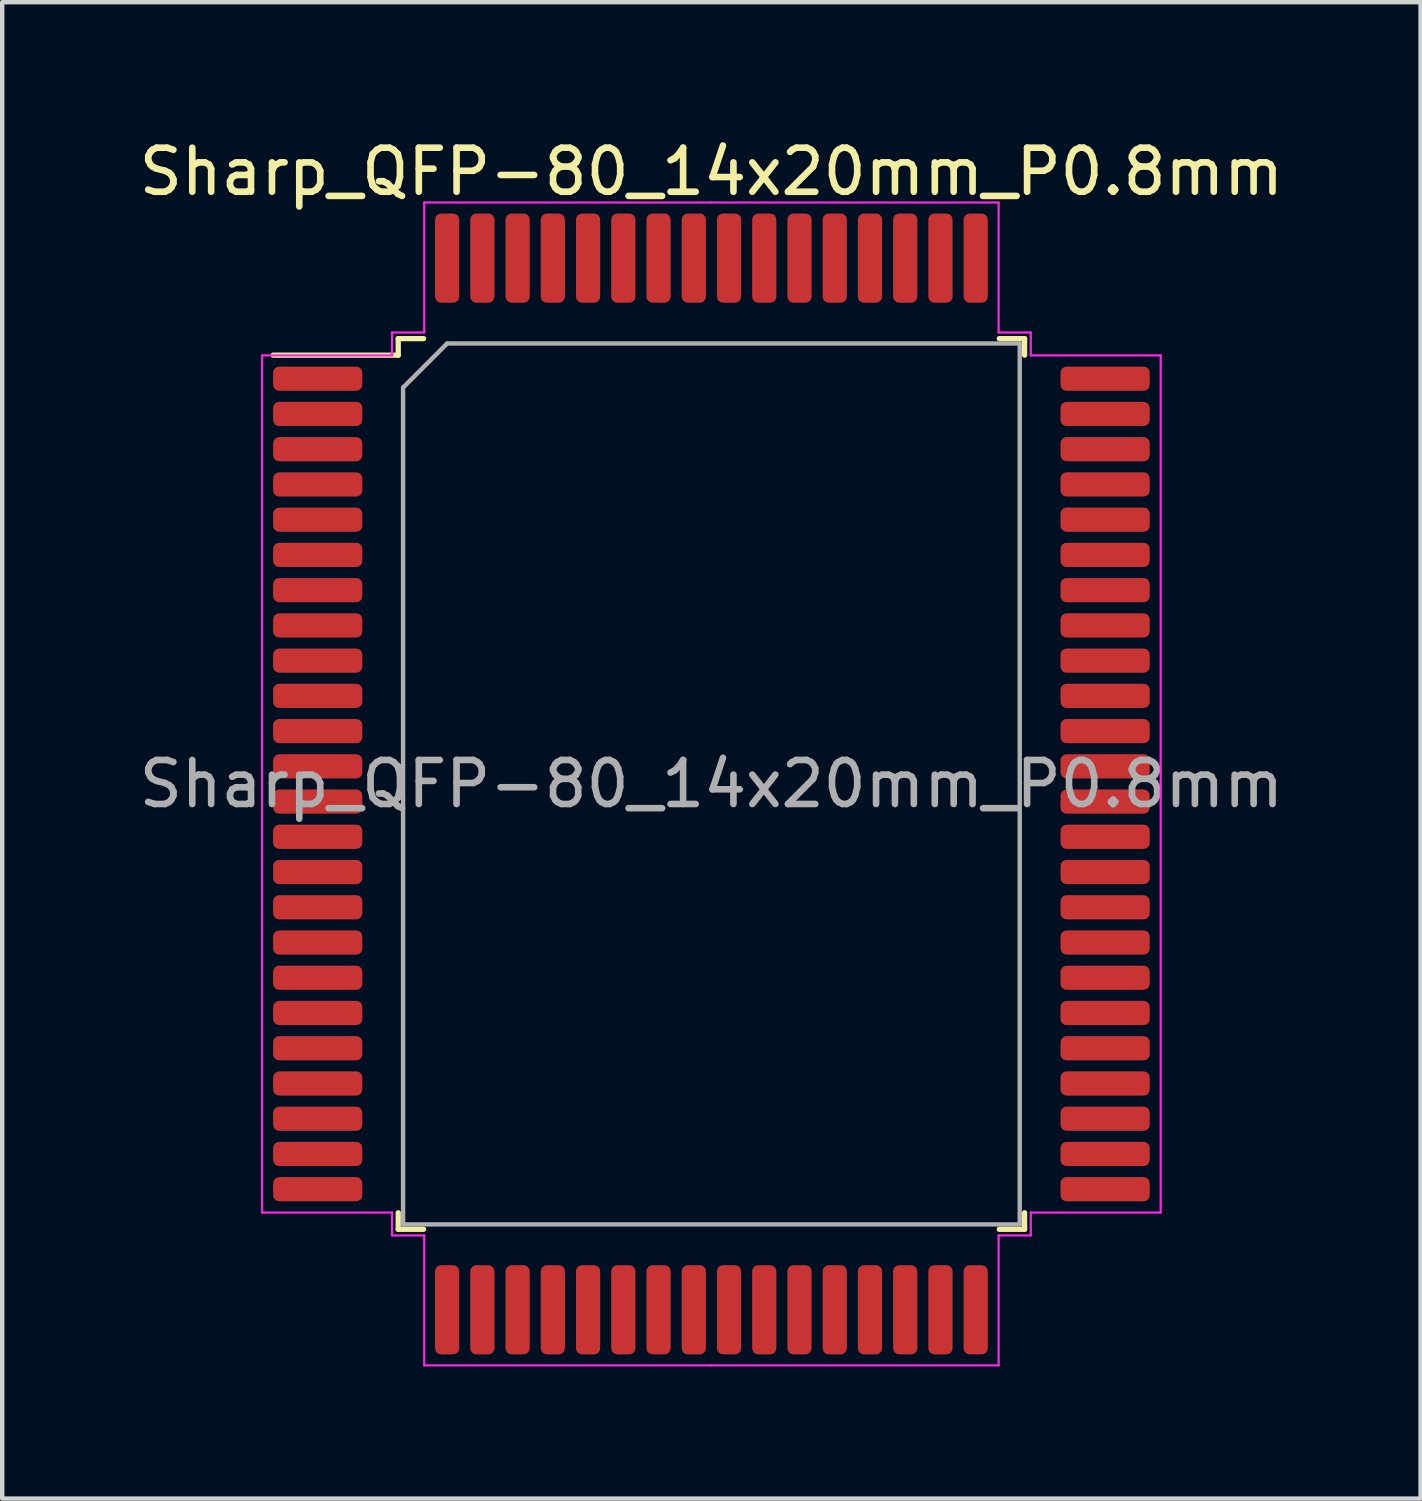
<source format=kicad_pcb>
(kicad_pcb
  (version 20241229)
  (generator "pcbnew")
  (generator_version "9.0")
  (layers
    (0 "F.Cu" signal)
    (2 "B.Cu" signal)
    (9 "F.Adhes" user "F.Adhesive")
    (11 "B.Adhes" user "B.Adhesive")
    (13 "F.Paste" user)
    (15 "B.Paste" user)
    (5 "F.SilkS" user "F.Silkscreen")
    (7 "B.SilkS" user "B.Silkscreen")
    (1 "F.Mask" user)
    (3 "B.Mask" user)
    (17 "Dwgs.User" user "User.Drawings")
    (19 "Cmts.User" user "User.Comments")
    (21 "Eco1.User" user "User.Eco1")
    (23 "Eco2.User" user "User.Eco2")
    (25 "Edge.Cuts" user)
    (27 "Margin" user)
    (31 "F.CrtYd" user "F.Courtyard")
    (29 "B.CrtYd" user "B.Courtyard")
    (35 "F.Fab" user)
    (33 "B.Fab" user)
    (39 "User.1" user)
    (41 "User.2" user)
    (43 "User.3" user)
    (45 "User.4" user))
  (footprint "Sharp_QFP-80_14x20mm_P0.8mm"
    (layer "F.Cu")
    (at 13.101 14.748)
    (property "Reference" "Sharp_QFP-80_14x20mm_P0.8mm" (at 0 -13.9 0) (layer "F.SilkS") (effects (font (size 1 1) (thickness 0.15))))
    (attr smd)
    (fp_line (start -7.11 -10.11) (end -7.11 -9.735) (stroke (width 0.12) (type solid)) (layer "F.SilkS"))
    (fp_line (start -7.11 -9.735) (end -9.95 -9.735) (stroke (width 0.12) (type solid)) (layer "F.SilkS"))
    (fp_line (start -7.11 10.11) (end -7.11 9.735) (stroke (width 0.12) (type solid)) (layer "F.SilkS"))
    (fp_line (start -6.535 -10.11) (end -7.11 -10.11) (stroke (width 0.12) (type solid)) (layer "F.SilkS"))
    (fp_line (start -6.535 10.11) (end -7.11 10.11) (stroke (width 0.12) (type solid)) (layer "F.SilkS"))
    (fp_line (start 6.535 -10.11) (end 7.11 -10.11) (stroke (width 0.12) (type solid)) (layer "F.SilkS"))
    (fp_line (start 6.535 10.11) (end 7.11 10.11) (stroke (width 0.12) (type solid)) (layer "F.SilkS"))
    (fp_line (start 7.11 -10.11) (end 7.11 -9.735) (stroke (width 0.12) (type solid)) (layer "F.SilkS"))
    (fp_line (start 7.11 10.11) (end 7.11 9.735) (stroke (width 0.12) (type solid)) (layer "F.SilkS"))
    (fp_line (start -10.2 -9.73) (end -10.2 0) (stroke (width 0.05) (type solid)) (layer "F.CrtYd"))
    (fp_line (start -10.2 9.73) (end -10.2 0) (stroke (width 0.05) (type solid)) (layer "F.CrtYd"))
    (fp_line (start -7.25 -10.25) (end -7.25 -9.73) (stroke (width 0.05) (type solid)) (layer "F.CrtYd"))
    (fp_line (start -7.25 -9.73) (end -10.2 -9.73) (stroke (width 0.05) (type solid)) (layer "F.CrtYd"))
    (fp_line (start -7.25 9.73) (end -10.2 9.73) (stroke (width 0.05) (type solid)) (layer "F.CrtYd"))
    (fp_line (start -7.25 10.25) (end -7.25 9.73) (stroke (width 0.05) (type solid)) (layer "F.CrtYd"))
    (fp_line (start -6.52 -13.2) (end -6.52 -10.25) (stroke (width 0.05) (type solid)) (layer "F.CrtYd"))
    (fp_line (start -6.52 -10.25) (end -7.25 -10.25) (stroke (width 0.05) (type solid)) (layer "F.CrtYd"))
    (fp_line (start -6.52 10.25) (end -7.25 10.25) (stroke (width 0.05) (type solid)) (layer "F.CrtYd"))
    (fp_line (start -6.52 13.2) (end -6.52 10.25) (stroke (width 0.05) (type solid)) (layer "F.CrtYd"))
    (fp_line (start 0 -13.2) (end -6.52 -13.2) (stroke (width 0.05) (type solid)) (layer "F.CrtYd"))
    (fp_line (start 0 -13.2) (end 6.52 -13.2) (stroke (width 0.05) (type solid)) (layer "F.CrtYd"))
    (fp_line (start 0 13.2) (end -6.52 13.2) (stroke (width 0.05) (type solid)) (layer "F.CrtYd"))
    (fp_line (start 0 13.2) (end 6.52 13.2) (stroke (width 0.05) (type solid)) (layer "F.CrtYd"))
    (fp_line (start 6.52 -13.2) (end 6.52 -10.25) (stroke (width 0.05) (type solid)) (layer "F.CrtYd"))
    (fp_line (start 6.52 -10.25) (end 7.25 -10.25) (stroke (width 0.05) (type solid)) (layer "F.CrtYd"))
    (fp_line (start 6.52 10.25) (end 7.25 10.25) (stroke (width 0.05) (type solid)) (layer "F.CrtYd"))
    (fp_line (start 6.52 13.2) (end 6.52 10.25) (stroke (width 0.05) (type solid)) (layer "F.CrtYd"))
    (fp_line (start 7.25 -10.25) (end 7.25 -9.73) (stroke (width 0.05) (type solid)) (layer "F.CrtYd"))
    (fp_line (start 7.25 -9.73) (end 10.2 -9.73) (stroke (width 0.05) (type solid)) (layer "F.CrtYd"))
    (fp_line (start 7.25 9.73) (end 10.2 9.73) (stroke (width 0.05) (type solid)) (layer "F.CrtYd"))
    (fp_line (start 7.25 10.25) (end 7.25 9.73) (stroke (width 0.05) (type solid)) (layer "F.CrtYd"))
    (fp_line (start 10.2 -9.73) (end 10.2 0) (stroke (width 0.05) (type solid)) (layer "F.CrtYd"))
    (fp_line (start 10.2 9.73) (end 10.2 0) (stroke (width 0.05) (type solid)) (layer "F.CrtYd"))
    (fp_line (start -7 -9) (end -6 -10) (stroke (width 0.1) (type solid)) (layer "F.Fab"))
    (fp_line (start -7 10) (end -7 -9) (stroke (width 0.1) (type solid)) (layer "F.Fab"))
    (fp_line (start -6 -10) (end 7 -10) (stroke (width 0.1) (type solid)) (layer "F.Fab"))
    (fp_line (start 7 -10) (end 7 10) (stroke (width 0.1) (type solid)) (layer "F.Fab"))
    (fp_line (start 7 10) (end -7 10) (stroke (width 0.1) (type solid)) (layer "F.Fab"))
    (fp_text user "${REFERENCE}" (at 0 0 0) (layer "F.Fab") (effects (font (size 1 1) (thickness 0.15))))
    (pad "1" smd roundrect (at -8.938 -9.2) (size 2.025 0.55) (layers "F.Cu" "F.Mask" "F.Paste") (roundrect_rratio 0.25))
    (pad "2" smd roundrect (at -8.938 -8.4) (size 2.025 0.55) (layers "F.Cu" "F.Mask" "F.Paste") (roundrect_rratio 0.25))
    (pad "3" smd roundrect (at -8.938 -7.6) (size 2.025 0.55) (layers "F.Cu" "F.Mask" "F.Paste") (roundrect_rratio 0.25))
    (pad "4" smd roundrect (at -8.938 -6.8) (size 2.025 0.55) (layers "F.Cu" "F.Mask" "F.Paste") (roundrect_rratio 0.25))
    (pad "5" smd roundrect (at -8.938 -6) (size 2.025 0.55) (layers "F.Cu" "F.Mask" "F.Paste") (roundrect_rratio 0.25))
    (pad "6" smd roundrect (at -8.938 -5.2) (size 2.025 0.55) (layers "F.Cu" "F.Mask" "F.Paste") (roundrect_rratio 0.25))
    (pad "7" smd roundrect (at -8.938 -4.4) (size 2.025 0.55) (layers "F.Cu" "F.Mask" "F.Paste") (roundrect_rratio 0.25))
    (pad "8" smd roundrect (at -8.938 -3.6) (size 2.025 0.55) (layers "F.Cu" "F.Mask" "F.Paste") (roundrect_rratio 0.25))
    (pad "9" smd roundrect (at -8.938 -2.8) (size 2.025 0.55) (layers "F.Cu" "F.Mask" "F.Paste") (roundrect_rratio 0.25))
    (pad "10" smd roundrect (at -8.938 -2) (size 2.025 0.55) (layers "F.Cu" "F.Mask" "F.Paste") (roundrect_rratio 0.25))
    (pad "11" smd roundrect (at -8.938 -1.2) (size 2.025 0.55) (layers "F.Cu" "F.Mask" "F.Paste") (roundrect_rratio 0.25))
    (pad "12" smd roundrect (at -8.938 -0.4) (size 2.025 0.55) (layers "F.Cu" "F.Mask" "F.Paste") (roundrect_rratio 0.25))
    (pad "13" smd roundrect (at -8.938 0.4) (size 2.025 0.55) (layers "F.Cu" "F.Mask" "F.Paste") (roundrect_rratio 0.25))
    (pad "14" smd roundrect (at -8.938 1.2) (size 2.025 0.55) (layers "F.Cu" "F.Mask" "F.Paste") (roundrect_rratio 0.25))
    (pad "15" smd roundrect (at -8.938 2) (size 2.025 0.55) (layers "F.Cu" "F.Mask" "F.Paste") (roundrect_rratio 0.25))
    (pad "16" smd roundrect (at -8.938 2.8) (size 2.025 0.55) (layers "F.Cu" "F.Mask" "F.Paste") (roundrect_rratio 0.25))
    (pad "17" smd roundrect (at -8.938 3.6) (size 2.025 0.55) (layers "F.Cu" "F.Mask" "F.Paste") (roundrect_rratio 0.25))
    (pad "18" smd roundrect (at -8.938 4.4) (size 2.025 0.55) (layers "F.Cu" "F.Mask" "F.Paste") (roundrect_rratio 0.25))
    (pad "19" smd roundrect (at -8.938 5.2) (size 2.025 0.55) (layers "F.Cu" "F.Mask" "F.Paste") (roundrect_rratio 0.25))
    (pad "20" smd roundrect (at -8.938 6) (size 2.025 0.55) (layers "F.Cu" "F.Mask" "F.Paste") (roundrect_rratio 0.25))
    (pad "21" smd roundrect (at -8.938 6.8) (size 2.025 0.55) (layers "F.Cu" "F.Mask" "F.Paste") (roundrect_rratio 0.25))
    (pad "22" smd roundrect (at -8.938 7.6) (size 2.025 0.55) (layers "F.Cu" "F.Mask" "F.Paste") (roundrect_rratio 0.25))
    (pad "23" smd roundrect (at -8.938 8.4) (size 2.025 0.55) (layers "F.Cu" "F.Mask" "F.Paste") (roundrect_rratio 0.25))
    (pad "24" smd roundrect (at -8.938 9.2) (size 2.025 0.55) (layers "F.Cu" "F.Mask" "F.Paste") (roundrect_rratio 0.25))
    (pad "25" smd roundrect (at -6 11.938) (size 0.55 2.025) (layers "F.Cu" "F.Mask" "F.Paste") (roundrect_rratio 0.25))
    (pad "26" smd roundrect (at -5.2 11.938) (size 0.55 2.025) (layers "F.Cu" "F.Mask" "F.Paste") (roundrect_rratio 0.25))
    (pad "27" smd roundrect (at -4.4 11.938) (size 0.55 2.025) (layers "F.Cu" "F.Mask" "F.Paste") (roundrect_rratio 0.25))
    (pad "28" smd roundrect (at -3.6 11.938) (size 0.55 2.025) (layers "F.Cu" "F.Mask" "F.Paste") (roundrect_rratio 0.25))
    (pad "29" smd roundrect (at -2.8 11.938) (size 0.55 2.025) (layers "F.Cu" "F.Mask" "F.Paste") (roundrect_rratio 0.25))
    (pad "30" smd roundrect (at -2 11.938) (size 0.55 2.025) (layers "F.Cu" "F.Mask" "F.Paste") (roundrect_rratio 0.25))
    (pad "31" smd roundrect (at -1.2 11.938) (size 0.55 2.025) (layers "F.Cu" "F.Mask" "F.Paste") (roundrect_rratio 0.25))
    (pad "32" smd roundrect (at -0.4 11.938) (size 0.55 2.025) (layers "F.Cu" "F.Mask" "F.Paste") (roundrect_rratio 0.25))
    (pad "33" smd roundrect (at 0.4 11.938) (size 0.55 2.025) (layers "F.Cu" "F.Mask" "F.Paste") (roundrect_rratio 0.25))
    (pad "34" smd roundrect (at 1.2 11.938) (size 0.55 2.025) (layers "F.Cu" "F.Mask" "F.Paste") (roundrect_rratio 0.25))
    (pad "35" smd roundrect (at 2 11.938) (size 0.55 2.025) (layers "F.Cu" "F.Mask" "F.Paste") (roundrect_rratio 0.25))
    (pad "36" smd roundrect (at 2.8 11.938) (size 0.55 2.025) (layers "F.Cu" "F.Mask" "F.Paste") (roundrect_rratio 0.25))
    (pad "37" smd roundrect (at 3.6 11.938) (size 0.55 2.025) (layers "F.Cu" "F.Mask" "F.Paste") (roundrect_rratio 0.25))
    (pad "38" smd roundrect (at 4.4 11.938) (size 0.55 2.025) (layers "F.Cu" "F.Mask" "F.Paste") (roundrect_rratio 0.25))
    (pad "39" smd roundrect (at 5.2 11.938) (size 0.55 2.025) (layers "F.Cu" "F.Mask" "F.Paste") (roundrect_rratio 0.25))
    (pad "40" smd roundrect (at 6 11.938) (size 0.55 2.025) (layers "F.Cu" "F.Mask" "F.Paste") (roundrect_rratio 0.25))
    (pad "41" smd roundrect (at 8.938 9.2) (size 2.025 0.55) (layers "F.Cu" "F.Mask" "F.Paste") (roundrect_rratio 0.25))
    (pad "42" smd roundrect (at 8.938 8.4) (size 2.025 0.55) (layers "F.Cu" "F.Mask" "F.Paste") (roundrect_rratio 0.25))
    (pad "43" smd roundrect (at 8.938 7.6) (size 2.025 0.55) (layers "F.Cu" "F.Mask" "F.Paste") (roundrect_rratio 0.25))
    (pad "44" smd roundrect (at 8.938 6.8) (size 2.025 0.55) (layers "F.Cu" "F.Mask" "F.Paste") (roundrect_rratio 0.25))
    (pad "45" smd roundrect (at 8.938 6) (size 2.025 0.55) (layers "F.Cu" "F.Mask" "F.Paste") (roundrect_rratio 0.25))
    (pad "46" smd roundrect (at 8.938 5.2) (size 2.025 0.55) (layers "F.Cu" "F.Mask" "F.Paste") (roundrect_rratio 0.25))
    (pad "47" smd roundrect (at 8.938 4.4) (size 2.025 0.55) (layers "F.Cu" "F.Mask" "F.Paste") (roundrect_rratio 0.25))
    (pad "48" smd roundrect (at 8.938 3.6) (size 2.025 0.55) (layers "F.Cu" "F.Mask" "F.Paste") (roundrect_rratio 0.25))
    (pad "49" smd roundrect (at 8.938 2.8) (size 2.025 0.55) (layers "F.Cu" "F.Mask" "F.Paste") (roundrect_rratio 0.25))
    (pad "50" smd roundrect (at 8.938 2) (size 2.025 0.55) (layers "F.Cu" "F.Mask" "F.Paste") (roundrect_rratio 0.25))
    (pad "51" smd roundrect (at 8.938 1.2) (size 2.025 0.55) (layers "F.Cu" "F.Mask" "F.Paste") (roundrect_rratio 0.25))
    (pad "52" smd roundrect (at 8.938 0.4) (size 2.025 0.55) (layers "F.Cu" "F.Mask" "F.Paste") (roundrect_rratio 0.25))
    (pad "53" smd roundrect (at 8.938 -0.4) (size 2.025 0.55) (layers "F.Cu" "F.Mask" "F.Paste") (roundrect_rratio 0.25))
    (pad "54" smd roundrect (at 8.938 -1.2) (size 2.025 0.55) (layers "F.Cu" "F.Mask" "F.Paste") (roundrect_rratio 0.25))
    (pad "55" smd roundrect (at 8.938 -2) (size 2.025 0.55) (layers "F.Cu" "F.Mask" "F.Paste") (roundrect_rratio 0.25))
    (pad "56" smd roundrect (at 8.938 -2.8) (size 2.025 0.55) (layers "F.Cu" "F.Mask" "F.Paste") (roundrect_rratio 0.25))
    (pad "57" smd roundrect (at 8.938 -3.6) (size 2.025 0.55) (layers "F.Cu" "F.Mask" "F.Paste") (roundrect_rratio 0.25))
    (pad "58" smd roundrect (at 8.938 -4.4) (size 2.025 0.55) (layers "F.Cu" "F.Mask" "F.Paste") (roundrect_rratio 0.25))
    (pad "59" smd roundrect (at 8.938 -5.2) (size 2.025 0.55) (layers "F.Cu" "F.Mask" "F.Paste") (roundrect_rratio 0.25))
    (pad "60" smd roundrect (at 8.938 -6) (size 2.025 0.55) (layers "F.Cu" "F.Mask" "F.Paste") (roundrect_rratio 0.25))
    (pad "61" smd roundrect (at 8.938 -6.8) (size 2.025 0.55) (layers "F.Cu" "F.Mask" "F.Paste") (roundrect_rratio 0.25))
    (pad "62" smd roundrect (at 8.938 -7.6) (size 2.025 0.55) (layers "F.Cu" "F.Mask" "F.Paste") (roundrect_rratio 0.25))
    (pad "63" smd roundrect (at 8.938 -8.4) (size 2.025 0.55) (layers "F.Cu" "F.Mask" "F.Paste") (roundrect_rratio 0.25))
    (pad "64" smd roundrect (at 8.938 -9.2) (size 2.025 0.55) (layers "F.Cu" "F.Mask" "F.Paste") (roundrect_rratio 0.25))
    (pad "65" smd roundrect (at 6 -11.938) (size 0.55 2.025) (layers "F.Cu" "F.Mask" "F.Paste") (roundrect_rratio 0.25))
    (pad "66" smd roundrect (at 5.2 -11.938) (size 0.55 2.025) (layers "F.Cu" "F.Mask" "F.Paste") (roundrect_rratio 0.25))
    (pad "67" smd roundrect (at 4.4 -11.938) (size 0.55 2.025) (layers "F.Cu" "F.Mask" "F.Paste") (roundrect_rratio 0.25))
    (pad "68" smd roundrect (at 3.6 -11.938) (size 0.55 2.025) (layers "F.Cu" "F.Mask" "F.Paste") (roundrect_rratio 0.25))
    (pad "69" smd roundrect (at 2.8 -11.938) (size 0.55 2.025) (layers "F.Cu" "F.Mask" "F.Paste") (roundrect_rratio 0.25))
    (pad "70" smd roundrect (at 2 -11.938) (size 0.55 2.025) (layers "F.Cu" "F.Mask" "F.Paste") (roundrect_rratio 0.25))
    (pad "71" smd roundrect (at 1.2 -11.938) (size 0.55 2.025) (layers "F.Cu" "F.Mask" "F.Paste") (roundrect_rratio 0.25))
    (pad "72" smd roundrect (at 0.4 -11.938) (size 0.55 2.025) (layers "F.Cu" "F.Mask" "F.Paste") (roundrect_rratio 0.25))
    (pad "73" smd roundrect (at -0.4 -11.938) (size 0.55 2.025) (layers "F.Cu" "F.Mask" "F.Paste") (roundrect_rratio 0.25))
    (pad "74" smd roundrect (at -1.2 -11.938) (size 0.55 2.025) (layers "F.Cu" "F.Mask" "F.Paste") (roundrect_rratio 0.25))
    (pad "75" smd roundrect (at -2 -11.938) (size 0.55 2.025) (layers "F.Cu" "F.Mask" "F.Paste") (roundrect_rratio 0.25))
    (pad "76" smd roundrect (at -2.8 -11.938) (size 0.55 2.025) (layers "F.Cu" "F.Mask" "F.Paste") (roundrect_rratio 0.25))
    (pad "77" smd roundrect (at -3.6 -11.938) (size 0.55 2.025) (layers "F.Cu" "F.Mask" "F.Paste") (roundrect_rratio 0.25))
    (pad "78" smd roundrect (at -4.4 -11.938) (size 0.55 2.025) (layers "F.Cu" "F.Mask" "F.Paste") (roundrect_rratio 0.25))
    (pad "79" smd roundrect (at -5.2 -11.938) (size 0.55 2.025) (layers "F.Cu" "F.Mask" "F.Paste") (roundrect_rratio 0.25))
    (pad "80" smd roundrect (at -6 -11.938) (size 0.55 2.025) (layers "F.Cu" "F.Mask" "F.Paste") (roundrect_rratio 0.25)))
  (gr_rect
    (start -3 -3)
    (end 29.202 30.973)
    (stroke (width 0.1) (type default))
    (fill no)
    (layer "Edge.Cuts")))
</source>
